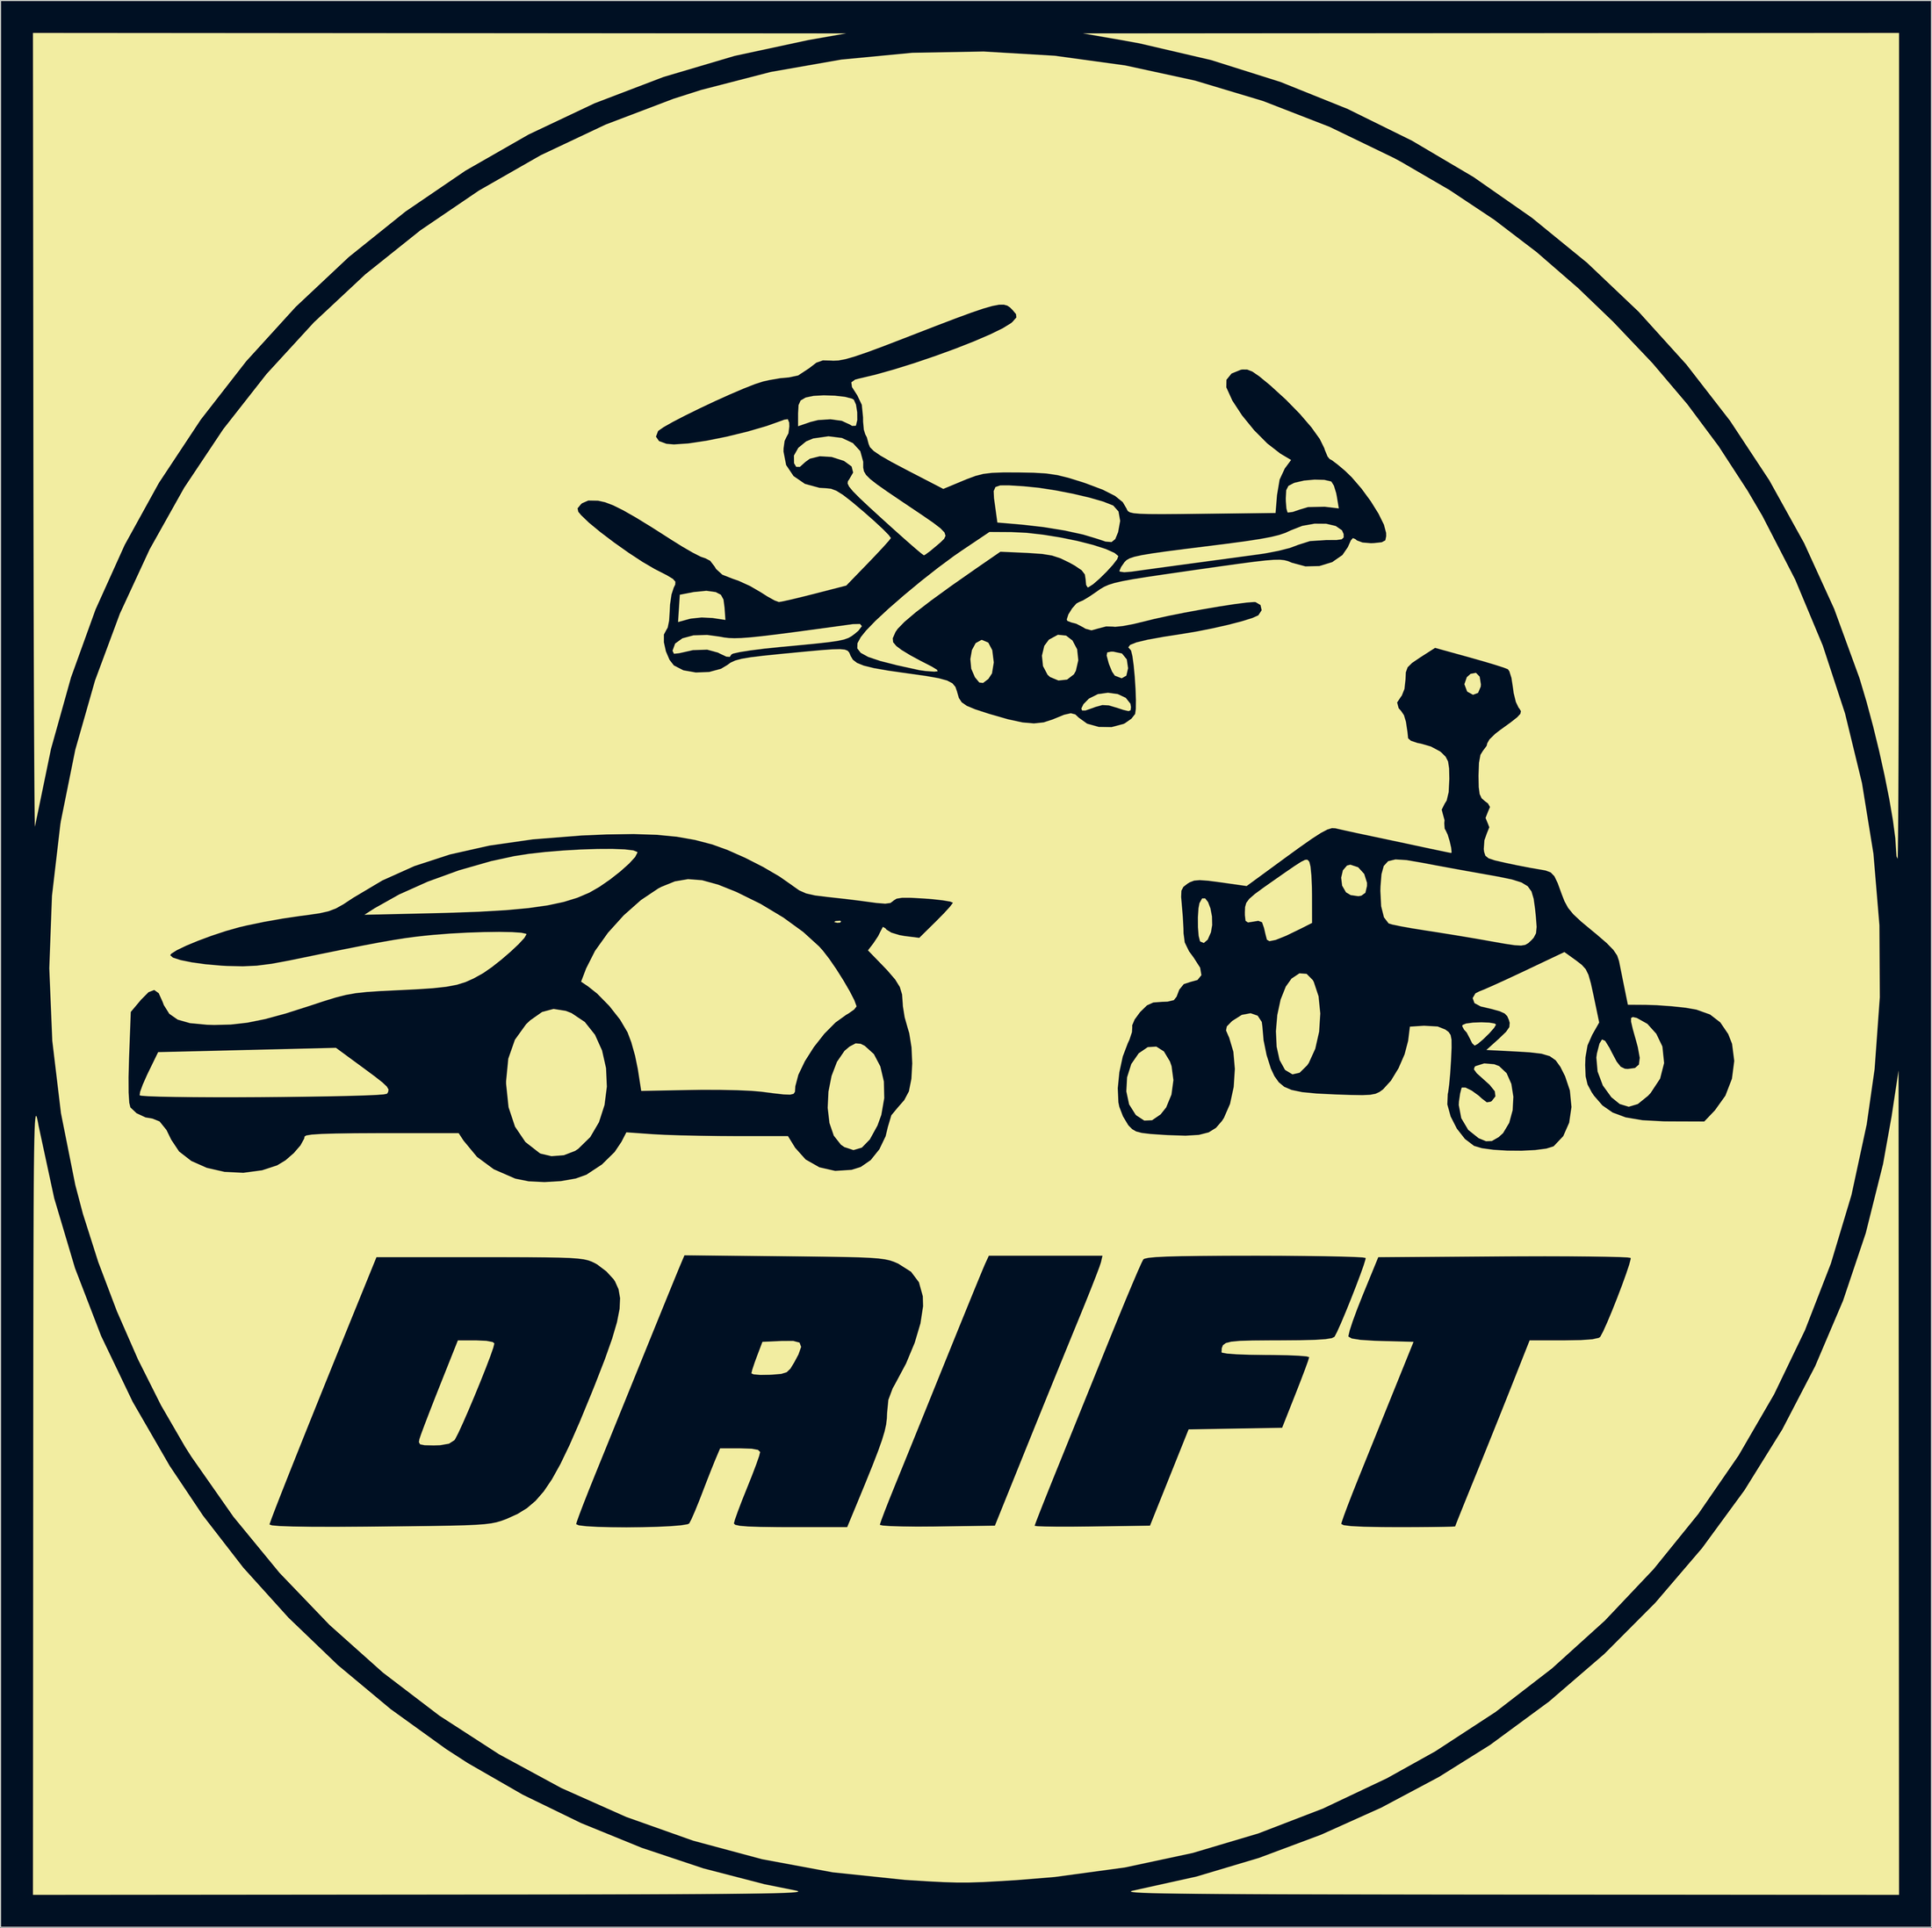
<source format=kicad_pcb>
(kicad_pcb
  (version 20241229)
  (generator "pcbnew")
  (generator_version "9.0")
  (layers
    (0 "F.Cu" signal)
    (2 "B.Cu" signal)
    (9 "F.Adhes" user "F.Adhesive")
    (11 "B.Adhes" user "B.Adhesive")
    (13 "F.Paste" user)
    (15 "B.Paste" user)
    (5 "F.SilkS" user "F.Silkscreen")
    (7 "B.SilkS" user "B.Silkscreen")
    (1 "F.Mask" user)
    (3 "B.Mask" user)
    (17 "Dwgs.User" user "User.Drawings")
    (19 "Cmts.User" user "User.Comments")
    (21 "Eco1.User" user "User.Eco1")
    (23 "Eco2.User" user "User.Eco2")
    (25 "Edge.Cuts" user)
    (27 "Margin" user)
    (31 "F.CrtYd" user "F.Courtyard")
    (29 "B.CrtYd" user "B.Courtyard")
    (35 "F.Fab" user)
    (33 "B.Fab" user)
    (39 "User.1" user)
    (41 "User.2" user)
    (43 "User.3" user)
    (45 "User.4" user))
  (footprint "Logo_Drift"
    (layer "F.Cu")
    (at 86.333 86.198)
    (property "Reference" "Logo_Drift" (at 0 0 0) (layer "F.SilkS") (effects (font (size 1.5 1.5) (thickness 0.3))))
    (attr board_only exclude_from_pos_files exclude_from_bom)
    (fp_poly (pts (xy -11.557 -3.946) (xy -11.638 -3.823) (xy -11.912 -3.804) (xy -12.2 -3.87) (xy -12.075 -3.968) (xy -11.653 -4)) (stroke (width 0) (type solid)) (fill yes) (layer "F.SilkS"))
    (fp_poly (pts (xy 47.528 -26.599) (xy 47.642 -25.888) (xy 47.627 -25.673) (xy 47.381 -25.093) (xy 46.914 -24.916) (xy 46.398 -25.199) (xy 46.362 -25.24) (xy 46.114 -25.897) (xy 46.34 -26.547) (xy 46.687 -26.857) (xy 47.186 -26.951)) (stroke (width 0) (type solid)) (fill yes) (layer "F.SilkS"))
    (fp_poly (pts (xy -23.158 -34.427) (xy -22.679 -34.175) (xy -22.441 -33.738) (xy -22.344 -33.009) (xy -22.26 -31.847) (xy -23.45 -32.026) (xy -24.461 -32.075) (xy -25.457 -31.971) (xy -25.642 -31.927) (xy -26.644 -31.651) (xy -26.562 -32.916) (xy -26.481 -34.182) (xy -25.185 -34.432) (xy -24.026 -34.547)) (stroke (width 0) (type solid)) (fill yes) (layer "F.SilkS"))
    (fp_poly (pts (xy 14.431 -28.741) (xy 14.877 -28.196) (xy 14.997 -27.373) (xy 14.836 -26.687) (xy 14.403 -26.445) (xy 13.771 -26.687) (xy 13.77 -26.688) (xy 13.516 -27.059) (xy 13.242 -27.726) (xy 13.187 -27.899) (xy 13.014 -28.552) (xy 13.066 -28.839) (xy 13.405 -28.911) (xy 13.617 -28.913)) (stroke (width 0) (type solid)) (fill yes) (layer "F.SilkS"))
    (fp_poly (pts (xy 36.287 -8.945) (xy 36.845 -8.331) (xy 37.105 -7.509) (xy 37.103 -7.212) (xy 36.955 -6.585) (xy 36.582 -6.317) (xy 36.31 -6.268) (xy 35.601 -6.365) (xy 35.162 -6.625) (xy 34.801 -7.247) (xy 34.714 -7.985) (xy 34.873 -8.663) (xy 35.251 -9.106) (xy 35.562 -9.187)) (stroke (width 0) (type solid)) (fill yes) (layer "F.SilkS"))
    (fp_poly (pts (xy 9.262 -30.397) (xy 9.852 -29.943) (xy 10.283 -29.13) (xy 10.39 -28.115) (xy 10.164 -27.135) (xy 9.983 -26.811) (xy 9.351 -26.323) (xy 8.551 -26.239) (xy 7.776 -26.562) (xy 7.546 -26.773) (xy 7.124 -27.575) (xy 7.026 -28.539) (xy 7.244 -29.451) (xy 7.67 -30.022) (xy 8.503 -30.474)) (stroke (width 0) (type solid)) (fill yes) (layer "F.SilkS"))
    (fp_poly (pts (xy 2.062 -29.748) (xy 2.431 -29.045) (xy 2.567 -27.938) (xy 2.567 -27.892) (xy 2.406 -26.9) (xy 2.073 -26.388) (xy 1.578 -26.011) (xy 1.231 -26.053) (xy 0.827 -26.54) (xy 0.826 -26.541) (xy 0.485 -27.329) (xy 0.402 -28.219) (xy 0.548 -29.06) (xy 0.895 -29.701) (xy 1.413 -29.99) (xy 1.486 -29.994)) (stroke (width 0) (type solid)) (fill yes) (layer "F.SilkS"))
    (fp_poly (pts (xy 22.396 -5.726) (xy 22.62 -5.135) (xy 22.76 -4.392) (xy 22.778 -3.592) (xy 22.665 -2.925) (xy 22.364 -2.244) (xy 22.004 -1.935) (xy 21.676 -2.07) (xy 21.648 -2.112) (xy 21.527 -2.586) (xy 21.461 -3.391) (xy 21.455 -4.318) (xy 21.512 -5.16) (xy 21.6 -5.622) (xy 21.848 -6.065) (xy 22.126 -6.068)) (stroke (width 0) (type solid)) (fill yes) (layer "F.SilkS"))
    (fp_poly (pts (xy 48.418 5.437) (xy 48.923 5.524) (xy 49.044 5.621) (xy 48.861 5.93) (xy 48.417 6.431) (xy 47.865 6.971) (xy 47.361 7.4) (xy 47.065 7.566) (xy 46.833 7.344) (xy 46.622 6.917) (xy 46.326 6.352) (xy 46.084 6.087) (xy 45.911 5.764) (xy 45.948 5.656) (xy 46.268 5.52) (xy 46.908 5.437) (xy 47.685 5.409)) (stroke (width 0) (type solid)) (fill yes) (layer "F.SilkS"))
    (fp_poly (pts (xy -15.402 35.066) (xy -15.255 35.459) (xy -15.501 36.161) (xy -15.887 36.884) (xy -16.247 37.477) (xy -16.593 37.808) (xy -17.096 37.964) (xy -17.927 38.033) (xy -18.179 38.045) (xy -19.051 38.056) (xy -19.659 38.003) (xy -19.86 37.91) (xy -19.771 37.554) (xy -19.542 36.872) (xy -19.348 36.344) (xy -18.836 34.993) (xy -17.052 34.913) (xy -15.986 34.909)) (stroke (width 0) (type solid)) (fill yes) (layer "F.SilkS"))
    (fp_poly (pts (xy 18.312 8.105) (xy 18.869 9.032) (xy 19.021 9.469) (xy 19.192 10.762) (xy 19.011 12.1) (xy 18.522 13.287) (xy 18.008 13.934) (xy 17.214 14.478) (xy 16.496 14.509) (xy 15.762 14.028) (xy 15.691 13.959) (xy 15.093 13.009) (xy 14.834 11.804) (xy 14.903 10.504) (xy 15.294 9.269) (xy 15.98 8.278) (xy 16.815 7.707) (xy 17.609 7.656)) (stroke (width 0) (type solid)) (fill yes) (layer "F.SilkS"))
    (fp_poly (pts (xy 14.043 -24.982) (xy 14.783 -24.635) (xy 15.212 -24.093) (xy 15.267 -23.78) (xy 15.232 -23.487) (xy 15.039 -23.403) (xy 14.556 -23.518) (xy 14.03 -23.693) (xy 13.211 -23.935) (xy 12.614 -23.966) (xy 11.962 -23.786) (xy 11.733 -23.698) (xy 11.054 -23.463) (xy 10.741 -23.461) (xy 10.673 -23.646) (xy 10.87 -24.05) (xy 11.346 -24.538) (xy 11.385 -24.57) (xy 12.202 -24.979) (xy 13.135 -25.107)) (stroke (width 0) (type solid)) (fill yes) (layer "F.SilkS"))
    (fp_poly (pts (xy 31.515 0.92) (xy 32.083 1.495) (xy 32.178 1.665) (xy 32.62 2.995) (xy 32.781 4.59) (xy 32.676 6.271) (xy 32.317 7.858) (xy 31.72 9.169) (xy 31.567 9.39) (xy 30.871 10.077) (xy 30.205 10.227) (xy 29.559 9.842) (xy 29.497 9.776) (xy 29.014 8.898) (xy 28.743 7.669) (xy 28.676 6.234) (xy 28.802 4.733) (xy 29.109 3.308) (xy 29.589 2.103) (xy 30.118 1.362) (xy 30.85 0.874)) (stroke (width 0) (type solid)) (fill yes) (layer "F.SilkS"))
    (fp_poly (pts (xy -9.749 7.397) (xy -9.372 7.585) (xy -8.523 8.353) (xy -7.926 9.493) (xy -7.6 10.888) (xy -7.563 12.423) (xy -7.835 13.982) (xy -8.191 14.966) (xy -8.899 16.253) (xy -9.635 17.009) (xy -10.417 17.241) (xy -11.26 16.96) (xy -11.576 16.739) (xy -12.233 15.905) (xy -12.637 14.725) (xy -12.798 13.326) (xy -12.729 11.834) (xy -12.439 10.373) (xy -11.941 9.071) (xy -11.245 8.053) (xy -10.774 7.654) (xy -10.212 7.358)) (stroke (width 0) (type solid)) (fill yes) (layer "F.SilkS"))
    (fp_poly (pts (xy 33.154 -44.816) (xy 33.766 -44.675) (xy 33.811 -44.649) (xy 34.042 -44.277) (xy 34.253 -43.585) (xy 34.306 -43.312) (xy 34.496 -42.173) (xy 33.187 -42.329) (xy 31.652 -42.297) (xy 30.89 -42.071) (xy 30.229 -41.846) (xy 29.799 -41.792) (xy 29.745 -41.816) (xy 29.648 -42.161) (xy 29.593 -42.837) (xy 29.588 -43.118) (xy 29.63 -43.861) (xy 29.833 -44.261) (xy 30.312 -44.513) (xy 30.439 -44.559) (xy 31.279 -44.752) (xy 32.255 -44.84)) (stroke (width 0) (type solid)) (fill yes) (layer "F.SilkS"))
    (fp_poly (pts (xy -12.136 -52.612) (xy -11.203 -52.506) (xy -10.544 -52.336) (xy -10.378 -52.234) (xy -10.179 -51.785) (xy -10.067 -51.076) (xy -10.06 -50.354) (xy -10.176 -49.866) (xy -10.208 -49.824) (xy -10.537 -49.812) (xy -10.748 -49.939) (xy -11.498 -50.284) (xy -12.547 -50.427) (xy -13.685 -50.354) (xy -14.389 -50.179) (xy -15.537 -49.782) (xy -15.537 -50.973) (xy -15.494 -51.744) (xy -15.303 -52.164) (xy -14.869 -52.422) (xy -14.794 -52.451) (xy -14.11 -52.593) (xy -13.164 -52.644)) (stroke (width 0) (type solid)) (fill yes) (layer "F.SilkS"))
    (fp_poly (pts (xy -44.389 34.9) (xy -43.794 35.013) (xy -43.639 35.14) (xy -43.742 35.547) (xy -44.02 36.343) (xy -44.432 37.424) (xy -44.932 38.682) (xy -45.479 40.015) (xy -46.028 41.316) (xy -46.536 42.481) (xy -46.96 43.405) (xy -47.257 43.982) (xy -47.339 44.102) (xy -47.837 44.423) (xy -48.66 44.568) (xy -49.252 44.585) (xy -50.094 44.568) (xy -50.512 44.484) (xy -50.625 44.28) (xy -50.576 44.006) (xy -50.429 43.569) (xy -50.117 42.727) (xy -49.676 41.577) (xy -49.145 40.215) (xy -48.721 39.143) (xy -47.017 34.861) (xy -45.328 34.859)) (stroke (width 0) (type solid)) (fill yes) (layer "F.SilkS"))
    (fp_poly (pts (xy -37.029 4.35) (xy -36.497 4.558) (xy -35.272 5.377) (xy -34.33 6.563) (xy -33.674 8.019) (xy -33.307 9.652) (xy -33.23 11.366) (xy -33.447 13.065) (xy -33.959 14.654) (xy -34.77 16.038) (xy -35.881 17.123) (xy -36.172 17.316) (xy -37.21 17.715) (xy -38.355 17.804) (xy -39.358 17.567) (xy -39.451 17.519) (xy -40.767 16.493) (xy -41.729 15.069) (xy -42.328 13.269) (xy -42.554 11.112) (xy -42.556 10.866) (xy -42.352 8.776) (xy -41.739 7.025) (xy -40.707 5.589) (xy -40.325 5.226) (xy -39.225 4.453) (xy -38.17 4.169)) (stroke (width 0) (type solid)) (fill yes) (layer "F.SilkS"))
    (fp_poly (pts (xy 5.232 -44.23) (xy 5.337 -44.224) (xy 6.729 -44.084) (xy 8.303 -43.841) (xy 9.917 -43.526) (xy 11.429 -43.171) (xy 12.698 -42.804) (xy 13.581 -42.457) (xy 13.629 -42.433) (xy 14.112 -41.888) (xy 14.265 -41.019) (xy 14.075 -39.976) (xy 13.809 -39.334) (xy 13.469 -39.058) (xy 12.911 -39.102) (xy 12.16 -39.354) (xy 10.832 -39.754) (xy 9.122 -40.127) (xy 7.189 -40.442) (xy 5.191 -40.67) (xy 5.099 -40.678) (xy 2.902 -40.866) (xy 2.734 -42.088) (xy 2.593 -43.113) (xy 2.561 -43.778) (xy 2.724 -44.153) (xy 3.167 -44.306) (xy 3.975 -44.309)) (stroke (width 0) (type solid)) (fill yes) (layer "F.SilkS"))
    (fp_poly (pts (xy -55.834 9.582) (xy -54.729 10.4) (xy -54.002 10.97) (xy -53.59 11.358) (xy -53.433 11.632) (xy -53.468 11.858) (xy -53.574 12.024) (xy -53.877 12.084) (xy -54.651 12.138) (xy -55.827 12.187) (xy -57.337 12.23) (xy -59.111 12.268) (xy -61.081 12.298) (xy -63.179 12.322) (xy -65.335 12.338) (xy -67.481 12.346) (xy -69.548 12.346) (xy -71.469 12.338) (xy -73.173 12.32) (xy -74.592 12.293) (xy -75.658 12.255) (xy -76.302 12.208) (xy -76.466 12.167) (xy -76.417 11.841) (xy -76.17 11.167) (xy -75.776 10.277) (xy -75.673 10.063) (xy -74.751 8.169) (xy -66.526 7.97) (xy -58.3 7.771)) (stroke (width 0) (type solid)) (fill yes) (layer "F.SilkS"))
    (fp_poly (pts (xy -31.578 -10.603) (xy -30.781 -10.509) (xy -30.414 -10.361) (xy -30.399 -10.318) (xy -30.61 -9.902) (xy -31.174 -9.287) (xy -31.984 -8.562) (xy -32.935 -7.815) (xy -33.922 -7.133) (xy -34.837 -6.606) (xy -34.857 -6.596) (xy -35.957 -6.127) (xy -37.218 -5.738) (xy -38.701 -5.421) (xy -40.464 -5.169) (xy -42.569 -4.974) (xy -45.073 -4.828) (xy -48.036 -4.723) (xy -49.179 -4.694) (xy -55.664 -4.548) (xy -54.718 -5.155) (xy -52.453 -6.428) (xy -49.8 -7.617) (xy -46.913 -8.665) (xy -43.944 -9.515) (xy -41.792 -9.981) (xy -40.451 -10.19) (xy -38.924 -10.362) (xy -37.299 -10.497) (xy -35.664 -10.591) (xy -34.107 -10.642) (xy -32.716 -10.647)) (stroke (width 0) (type solid)) (fill yes) (layer "F.SilkS"))
    (fp_poly (pts (xy 31.692 -9.553) (xy 31.776 -9.425) (xy 31.878 -9.005) (xy 31.959 -8.185) (xy 32.007 -7.101) (xy 32.016 -6.423) (xy 32.02 -3.794) (xy 31.007 -3.279) (xy 29.622 -2.607) (xy 28.655 -2.219) (xy 28.073 -2.103) (xy 27.843 -2.238) (xy 27.713 -2.734) (xy 27.574 -3.329) (xy 27.393 -3.853) (xy 27.049 -3.987) (xy 26.606 -3.916) (xy 26.091 -3.836) (xy 25.864 -3.989) (xy 25.807 -4.506) (xy 25.805 -4.8) (xy 25.825 -5.272) (xy 25.934 -5.651) (xy 26.209 -6.023) (xy 26.728 -6.474) (xy 27.566 -7.089) (xy 28.305 -7.609) (xy 29.554 -8.483) (xy 30.432 -9.085) (xy 31.012 -9.456) (xy 31.367 -9.632) (xy 31.569 -9.651)) (stroke (width 0) (type solid)) (fill yes) (layer "F.SilkS"))
    (fp_poly (pts (xy 48.871 9.289) (xy 49.329 9.465) (xy 50.022 10.119) (xy 50.46 11.111) (xy 50.646 12.301) (xy 50.58 13.549) (xy 50.262 14.718) (xy 49.694 15.668) (xy 49.282 16.042) (xy 48.656 16.401) (xy 48.119 16.423) (xy 47.43 16.137) (xy 46.471 15.371) (xy 45.827 14.287) (xy 45.593 13.064) (xy 45.61 12.754) (xy 45.719 12.01) (xy 45.841 11.524) (xy 45.881 11.449) (xy 46.219 11.451) (xy 46.793 11.732) (xy 47.442 12.203) (xy 47.731 12.468) (xy 48.194 12.819) (xy 48.563 12.755) (xy 48.656 12.685) (xy 48.987 12.262) (xy 48.928 11.792) (xy 48.448 11.194) (xy 47.895 10.697) (xy 47.254 10.12) (xy 46.997 9.762) (xy 47.067 9.529) (xy 47.152 9.463) (xy 47.943 9.214)) (stroke (width 0) (type solid)) (fill yes) (layer "F.SilkS"))
    (fp_poly (pts (xy -48.706 -86.177) (xy -11.079 -86.156) (xy -14.591 -85.538) (xy -21.403 -84.073) (xy -27.999 -82.118) (xy -34.362 -79.687) (xy -40.474 -76.792) (xy -46.315 -73.445) (xy -51.866 -69.66) (xy -57.11 -65.449) (xy -62.028 -60.826) (xy -66.6 -55.801) (xy -70.809 -50.39) (xy -74.635 -44.604) (xy -74.728 -44.45) (xy -77.846 -38.792) (xy -80.54 -32.821) (xy -82.811 -26.529) (xy -84.664 -19.905) (xy -86.103 -12.941) (xy -86.144 -12.7) (xy -86.158 -12.883) (xy -86.172 -13.577) (xy -86.186 -14.751) (xy -86.2 -16.375) (xy -86.213 -18.419) (xy -86.226 -20.853) (xy -86.239 -23.646) (xy -86.25 -26.768) (xy -86.261 -30.191) (xy -86.271 -33.882) (xy -86.279 -37.812) (xy -86.287 -41.951) (xy -86.293 -46.27) (xy -86.296 -49.111) (xy -86.333 -86.198)) (stroke (width 0) (type solid)) (fill yes) (layer "F.SilkS"))
    (fp_poly (pts (xy 62.013 4.99) (xy 62.081 5.011) (xy 63.045 5.552) (xy 63.872 6.472) (xy 64.419 7.609) (xy 64.44 7.679) (xy 64.595 9.179) (xy 64.225 10.623) (xy 63.344 11.959) (xy 63.101 12.217) (xy 62.162 12.976) (xy 61.319 13.228) (xy 60.49 12.976) (xy 59.714 12.346) (xy 58.924 11.256) (xy 58.439 9.962) (xy 58.325 8.671) (xy 58.38 8.286) (xy 58.613 7.38) (xy 58.849 6.995) (xy 59.14 7.128) (xy 59.541 7.775) (xy 59.748 8.185) (xy 60.208 9.05) (xy 60.579 9.521) (xy 60.966 9.707) (xy 61.226 9.728) (xy 61.899 9.638) (xy 62.263 9.32) (xy 62.341 8.696) (xy 62.157 7.691) (xy 62.008 7.141) (xy 61.697 6.032) (xy 61.538 5.352) (xy 61.536 5.012) (xy 61.693 4.921)) (stroke (width 0) (type solid)) (fill yes) (layer "F.SilkS"))
    (fp_poly (pts (xy 86.31 48.03) (xy 86.333 86.198) (xy 49.922 86.174) (xy 44.734 86.17) (xy 40.062 86.165) (xy 35.882 86.159) (xy 32.169 86.152) (xy 28.9 86.144) (xy 26.05 86.133) (xy 23.595 86.12) (xy 21.51 86.105) (xy 19.772 86.087) (xy 18.356 86.066) (xy 17.238 86.042) (xy 16.393 86.013) (xy 15.797 85.981) (xy 15.427 85.945) (xy 15.257 85.905) (xy 15.264 85.859) (xy 15.423 85.808) (xy 15.632 85.766) (xy 21.331 84.503) (xy 27.105 82.778) (xy 32.843 80.634) (xy 38.436 78.118) (xy 43.773 75.273) (xy 48.503 72.311) (xy 53.958 68.294) (xy 59.056 63.899) (xy 63.78 59.156) (xy 68.111 54.091) (xy 72.032 48.733) (xy 75.525 43.11) (xy 78.571 37.249) (xy 81.153 31.18) (xy 83.253 24.93) (xy 84.854 18.527) (xy 85.643 14.127) (xy 86.288 9.863)) (stroke (width 0) (type solid)) (fill yes) (layer "F.SilkS"))
    (fp_poly (pts (xy -9.634 -31.271) (xy -9.957 -30.848) (xy -10.295 -30.561) (xy -10.585 -30.346) (xy -10.888 -30.175) (xy -11.279 -30.036) (xy -11.835 -29.914) (xy -12.63 -29.797) (xy -13.739 -29.671) (xy -15.237 -29.523) (xy -17.156 -29.343) (xy -18.645 -29.19) (xy -19.935 -29.027) (xy -20.933 -28.87) (xy -21.549 -28.731) (xy -21.704 -28.651) (xy -21.858 -28.425) (xy -22.178 -28.449) (xy -22.797 -28.741) (xy -22.942 -28.819) (xy -23.947 -29.095) (xy -25.268 -29.051) (xy -26.548 -28.763) (xy -27.025 -28.716) (xy -27.156 -28.997) (xy -26.912 -29.663) (xy -26.239 -30.146) (xy -25.223 -30.42) (xy -23.953 -30.459) (xy -22.821 -30.305) (xy -22.391 -30.226) (xy -21.947 -30.173) (xy -21.432 -30.154) (xy -20.789 -30.172) (xy -19.962 -30.234) (xy -18.896 -30.344) (xy -17.532 -30.507) (xy -15.815 -30.73) (xy -13.688 -31.017) (xy -11.095 -31.373) (xy -10.471 -31.459) (xy -9.806 -31.475)) (stroke (width 0) (type solid)) (fill yes) (layer "F.SilkS"))
    (fp_poly (pts (xy 40.775 -9.609) (xy 42.251 -9.355) (xy 42.327 -9.341) (xy 43.429 -9.131) (xy 44.859 -8.867) (xy 46.411 -8.585) (xy 47.557 -8.381) (xy 49.267 -8.076) (xy 50.522 -7.815) (xy 51.399 -7.539) (xy 51.974 -7.189) (xy 52.324 -6.705) (xy 52.525 -6.028) (xy 52.653 -5.099) (xy 52.73 -4.365) (xy 52.8 -3.426) (xy 52.743 -2.838) (xy 52.525 -2.421) (xy 52.321 -2.197) (xy 52.035 -1.928) (xy 51.748 -1.761) (xy 51.359 -1.696) (xy 50.764 -1.73) (xy 49.863 -1.863) (xy 48.553 -2.094) (xy 48.233 -2.152) (xy 46.831 -2.397) (xy 45.151 -2.676) (xy 43.451 -2.949) (xy 42.533 -3.09) (xy 41.273 -3.292) (xy 40.202 -3.485) (xy 39.438 -3.645) (xy 39.104 -3.747) (xy 38.672 -4.313) (xy 38.414 -5.337) (xy 38.341 -6.759) (xy 38.354 -7.176) (xy 38.444 -8.302) (xy 38.652 -9.064) (xy 39.056 -9.507) (xy 39.737 -9.674)) (stroke (width 0) (type solid)) (fill yes) (layer "F.SilkS"))
    (fp_poly (pts (xy 86.333 -47.963) (xy 86.332 -43.463) (xy 86.329 -39.114) (xy 86.325 -34.946) (xy 86.319 -30.99) (xy 86.311 -27.275) (xy 86.302 -23.832) (xy 86.292 -20.692) (xy 86.281 -17.884) (xy 86.269 -15.44) (xy 86.255 -13.39) (xy 86.241 -11.764) (xy 86.226 -10.593) (xy 86.211 -9.907) (xy 86.198 -9.728) (xy 86.097 -9.96) (xy 86.063 -10.415) (xy 85.986 -11.641) (xy 85.769 -13.284) (xy 85.433 -15.244) (xy 85 -17.423) (xy 84.49 -19.721) (xy 83.924 -22.038) (xy 83.323 -24.277) (xy 82.709 -26.337) (xy 82.65 -26.521) (xy 80.335 -32.863) (xy 77.556 -38.951) (xy 74.334 -44.767) (xy 70.692 -50.291) (xy 66.652 -55.503) (xy 62.236 -60.386) (xy 57.467 -64.918) (xy 52.367 -69.081) (xy 46.959 -72.856) (xy 41.264 -76.223) (xy 35.305 -79.163) (xy 29.105 -81.657) (xy 22.685 -83.685) (xy 16.068 -85.228) (xy 14.456 -85.523) (xy 10.809 -86.157) (xy 48.571 -86.177) (xy 86.333 -86.198)) (stroke (width 0) (type solid)) (fill yes) (layer "F.SilkS"))
    (fp_poly (pts (xy 33.324 -40.754) (xy 34.212 -40.545) (xy 34.791 -40.143) (xy 34.941 -39.798) (xy 34.946 -39.485) (xy 34.767 -39.314) (xy 34.289 -39.247) (xy 33.394 -39.244) (xy 33.32 -39.245) (xy 31.819 -39.146) (xy 30.698 -38.789) (xy 30.669 -38.774) (xy 29.977 -38.516) (xy 28.928 -38.248) (xy 27.704 -38.012) (xy 27.156 -37.929) (xy 25.909 -37.76) (xy 24.315 -37.544) (xy 22.564 -37.308) (xy 20.844 -37.076) (xy 20.536 -37.034) (xy 19.012 -36.828) (xy 17.583 -36.632) (xy 16.38 -36.466) (xy 15.534 -36.347) (xy 15.335 -36.318) (xy 14.64 -36.262) (xy 14.235 -36.323) (xy 14.192 -36.38) (xy 14.35 -36.746) (xy 14.665 -37.201) (xy 14.854 -37.388) (xy 15.139 -37.549) (xy 15.587 -37.698) (xy 16.261 -37.847) (xy 17.227 -38.009) (xy 18.55 -38.197) (xy 20.296 -38.422) (xy 21.958 -38.629) (xy 24.145 -38.904) (xy 25.867 -39.136) (xy 27.196 -39.34) (xy 28.204 -39.527) (xy 28.963 -39.712) (xy 29.545 -39.908) (xy 30.023 -40.128) (xy 30.037 -40.136) (xy 31.113 -40.558) (xy 32.25 -40.761)) (stroke (width 0) (type solid)) (fill yes) (layer "F.SilkS"))
    (fp_poly (pts (xy -11.474 -48.695) (xy -10.465 -48.221) (xy -9.782 -47.475) (xy -9.512 -46.497) (xy -9.512 -46.352) (xy -9.512 -45.948) (xy -9.444 -45.608) (xy -9.249 -45.275) (xy -8.865 -44.89) (xy -8.231 -44.394) (xy -7.287 -43.73) (xy -5.972 -42.839) (xy -5.539 -42.548) (xy -4.094 -41.577) (xy -3.049 -40.857) (xy -2.363 -40.332) (xy -1.992 -39.946) (xy -1.893 -39.64) (xy -2.024 -39.359) (xy -2.342 -39.046) (xy -2.68 -38.755) (xy -3.306 -38.232) (xy -3.761 -37.897) (xy -3.896 -37.83) (xy -4.136 -38.004) (xy -4.709 -38.485) (xy -5.546 -39.217) (xy -6.582 -40.14) (xy -7.648 -41.104) (xy -8.927 -42.274) (xy -9.849 -43.141) (xy -10.463 -43.761) (xy -10.816 -44.19) (xy -10.954 -44.483) (xy -10.926 -44.696) (xy -10.823 -44.84) (xy -10.442 -45.494) (xy -10.585 -46.057) (xy -11.26 -46.551) (xy -11.322 -46.581) (xy -12.436 -46.938) (xy -13.534 -47.002) (xy -14.447 -46.776) (xy -14.862 -46.477) (xy -15.374 -46.017) (xy -15.711 -46.022) (xy -15.912 -46.359) (xy -15.922 -47.068) (xy -15.515 -47.786) (xy -14.794 -48.378) (xy -14.136 -48.652) (xy -12.726 -48.852)) (stroke (width 0) (type solid)) (fill yes) (layer "F.SilkS"))
    (fp_poly (pts (xy -24.427 -7.748) (xy -22.93 -7.336) (xy -21.253 -6.664) (xy -19.011 -5.559) (xy -16.909 -4.296) (xy -15.064 -2.956) (xy -13.595 -1.619) (xy -13.25 -1.236) (xy -12.653 -0.464) (xy -11.989 0.504) (xy -11.332 1.547) (xy -10.755 2.541) (xy -10.333 3.363) (xy -10.138 3.892) (xy -10.133 3.947) (xy -10.349 4.223) (xy -10.888 4.601) (xy -11.088 4.715) (xy -12.082 5.43) (xy -13.109 6.468) (xy -14.08 7.704) (xy -14.909 9.011) (xy -15.51 10.264) (xy -15.795 11.337) (xy -15.807 11.552) (xy -15.829 11.849) (xy -15.956 12.032) (xy -16.278 12.108) (xy -16.885 12.086) (xy -17.869 11.975) (xy -18.915 11.837) (xy -19.842 11.756) (xy -21.168 11.697) (xy -22.749 11.664) (xy -24.444 11.66) (xy -25.429 11.673) (xy -30.052 11.762) (xy -30.365 9.746) (xy -30.618 8.508) (xy -30.97 7.257) (xy -31.317 6.335) (xy -32.017 5.149) (xy -33.011 3.887) (xy -34.128 2.751) (xy -34.967 2.085) (xy -35.616 1.647) (xy -35.146 0.417) (xy -34.327 -1.202) (xy -33.127 -2.884) (xy -31.67 -4.497) (xy -30.08 -5.908) (xy -28.479 -6.982) (xy -28.179 -7.139) (xy -26.934 -7.642) (xy -25.722 -7.848)) (stroke (width 0) (type solid)) (fill yes) (layer "F.SilkS"))
    (fp_poly (pts (xy -85.986 14.156) (xy -85.931 14.366) (xy -85.869 14.673) (xy -85.811 14.997) (xy -84.367 21.7) (xy -82.442 28.176) (xy -80.027 34.448) (xy -77.111 40.54) (xy -73.685 46.474) (xy -70.597 51.088) (xy -66.873 55.901) (xy -62.692 60.534) (xy -58.123 64.923) (xy -53.236 69.001) (xy -48.101 72.702) (xy -46.095 74) (xy -41.016 76.923) (xy -35.614 79.553) (xy -30.005 81.842) (xy -24.308 83.745) (xy -18.64 85.216) (xy -15.894 85.768) (xy -15.636 85.822) (xy -15.514 85.871) (xy -15.55 85.916) (xy -15.771 85.955) (xy -16.199 85.99) (xy -16.86 86.021) (xy -17.777 86.048) (xy -18.975 86.072) (xy -20.478 86.092) (xy -22.311 86.109) (xy -24.497 86.124) (xy -27.06 86.136) (xy -30.026 86.146) (xy -33.419 86.154) (xy -37.262 86.161) (xy -41.58 86.167) (xy -46.397 86.171) (xy -50.057 86.174) (xy -86.333 86.198) (xy -86.311 49.246) (xy -86.308 44.042) (xy -86.304 39.354) (xy -86.3 35.157) (xy -86.295 31.426) (xy -86.289 28.138) (xy -86.281 25.266) (xy -86.272 22.787) (xy -86.26 20.675) (xy -86.245 18.907) (xy -86.227 17.457) (xy -86.206 16.301) (xy -86.181 15.415) (xy -86.152 14.772) (xy -86.118 14.35) (xy -86.079 14.123) (xy -86.036 14.066)) (stroke (width 0) (type solid)) (fill yes) (layer "F.SilkS"))
    (fp_poly (pts (xy 4.192 -39.982) (xy 5.585 -39.915) (xy 7.14 -39.739) (xy 8.754 -39.479) (xy 10.323 -39.157) (xy 11.747 -38.795) (xy 12.923 -38.418) (xy 13.748 -38.047) (xy 14.094 -37.76) (xy 13.989 -37.473) (xy 13.589 -36.951) (xy 13.009 -36.314) (xy 12.363 -35.677) (xy 11.768 -35.16) (xy 11.338 -34.878) (xy 11.252 -34.857) (xy 11.114 -35.091) (xy 11.068 -35.597) (xy 10.999 -36.056) (xy 10.704 -36.443) (xy 10.075 -36.87) (xy 9.593 -37.139) (xy 8.754 -37.549) (xy 7.966 -37.808) (xy 7.038 -37.958) (xy 5.777 -38.045) (xy 5.642 -38.052) (xy 3.178 -38.161) (xy 0.913 -36.598) (xy -1.391 -34.984) (xy -3.25 -33.633) (xy -4.68 -32.532) (xy -5.7 -31.665) (xy -6.327 -31.019) (xy -6.522 -30.733) (xy -6.779 -30.15) (xy -6.743 -29.782) (xy -6.443 -29.427) (xy -5.963 -29.067) (xy -5.157 -28.576) (xy -4.188 -28.052) (xy -4.053 -27.984) (xy -3.145 -27.517) (xy -2.683 -27.233) (xy -2.62 -27.094) (xy -2.91 -27.06) (xy -2.972 -27.061) (xy -3.76 -27.117) (xy -4.323 -27.198) (xy -6.379 -27.65) (xy -7.941 -28.048) (xy -9.048 -28.421) (xy -9.741 -28.8) (xy -10.06 -29.212) (xy -10.044 -29.689) (xy -9.733 -30.259) (xy -9.251 -30.858) (xy -8.372 -31.768) (xy -7.159 -32.896) (xy -5.719 -34.15) (xy -4.162 -35.44) (xy -2.595 -36.673) (xy -1.129 -37.76) (xy -0.416 -38.254) (xy 2.168 -39.991)) (stroke (width 0) (type solid)) (fill yes) (layer "F.SilkS"))
    (fp_poly (pts (xy 8.211 -84.087) (xy 14.736 -83.19) (xy 21.171 -81.792) (xy 27.482 -79.896) (xy 33.632 -77.506) (xy 39.587 -74.625) (xy 40.262 -74.26) (xy 44.734 -71.657) (xy 48.87 -68.905) (xy 52.798 -65.906) (xy 56.646 -62.565) (xy 59.866 -59.468) (xy 63.514 -55.628) (xy 66.742 -51.822) (xy 69.644 -47.926) (xy 72.316 -43.815) (xy 73.688 -41.478) (xy 76.725 -35.582) (xy 79.277 -29.471) (xy 81.338 -23.18) (xy 82.903 -16.744) (xy 83.964 -10.198) (xy 84.517 -3.577) (xy 84.554 3.084) (xy 84.071 9.75) (xy 83.34 14.862) (xy 81.932 21.393) (xy 80.023 27.75) (xy 77.632 33.909) (xy 74.778 39.842) (xy 71.48 45.525) (xy 67.757 50.93) (xy 63.627 56.034) (xy 59.109 60.81) (xy 54.223 65.231) (xy 48.987 69.273) (xy 43.421 72.909) (xy 38.949 75.402) (xy 33.024 78.21) (xy 27.048 80.512) (xy 20.962 82.324) (xy 14.703 83.663) (xy 8.21 84.546) (xy 4.729 84.831) (xy 2.934 84.942) (xy 1.509 85.018) (xy 0.306 85.057) (xy -0.818 85.059) (xy -2.011 85.025) (xy -3.417 84.953) (xy -5.182 84.843) (xy -5.674 84.811) (xy -12.337 84.112) (xy -18.87 82.898) (xy -25.247 81.183) (xy -31.445 78.983) (xy -37.44 76.31) (xy -43.207 73.181) (xy -48.723 69.609) (xy -53.963 65.609) (xy -58.902 61.197) (xy -63.518 56.385) (xy -67.193 51.91) (xy -64.446 51.91) (xy -64.207 51.99) (xy -63.485 52.051) (xy -62.268 52.093) (xy -60.546 52.116) (xy -58.309 52.12) (xy -55.546 52.106) (xy -54.245 52.095) (xy -51.624 52.069) (xy -49.483 52.044) (xy -47.765 52.016) (xy -46.411 51.982) (xy -45.361 51.936) (xy -44.558 51.877) (xy -36.073 51.877) (xy -35.82 51.986) (xy -35.127 52.068) (xy -34.095 52.126) (xy -32.823 52.159) (xy -31.411 52.169) (xy -29.96 52.156) (xy -28.57 52.12) (xy -27.341 52.062) (xy -26.372 51.983) (xy -25.765 51.884) (xy -25.614 51.813) (xy -25.407 51.42) (xy -25.072 50.656) (xy -24.667 49.657) (xy -24.482 49.179) (xy -24.032 48.009) (xy -23.6 46.906) (xy -23.258 46.058) (xy -23.18 45.869) (xy -22.751 44.855) (xy -20.9 44.855) (xy -19.841 44.888) (xy -19.248 44.996) (xy -19.051 45.192) (xy -19.05 45.21) (xy -19.148 45.589) (xy -19.414 46.352) (xy -19.808 47.388) (xy -20.261 48.52) (xy -20.737 49.708) (xy -21.125 50.729) (xy -21.386 51.47) (xy -21.477 51.813) (xy -21.351 51.936) (xy -20.933 52.027) (xy -20.169 52.091) (xy -19.004 52.13) (xy -17.385 52.148) (xy -16.238 52.151) (xy -10.994 52.151) (xy -10.906 51.938) (xy -7.971 51.938) (xy -7.715 52.003) (xy -6.999 52.054) (xy -5.907 52.087) (xy -4.518 52.101) (xy -2.915 52.093) (xy -2.649 52.089) (xy 1.818 52.028) (xy 6.35 52.028) (xy 6.607 52.065) (xy 7.322 52.092) (xy 8.415 52.106) (xy 9.805 52.106) (xy 11.409 52.093) (xy 11.687 52.089) (xy 17.023 52.016) (xy 17.088 51.856) (xy 34.722 51.856) (xy 34.948 51.971) (xy 35.637 52.056) (xy 36.812 52.114) (xy 38.492 52.145) (xy 39.991 52.151) (xy 41.612 52.148) (xy 43.031 52.139) (xy 44.166 52.125) (xy 44.935 52.107) (xy 45.257 52.086) (xy 45.261 52.084) (xy 45.358 51.824) (xy 45.627 51.146) (xy 46.034 50.133) (xy 46.546 48.866) (xy 47.023 47.693) (xy 47.784 45.817) (xy 48.642 43.685) (xy 49.507 41.528) (xy 50.284 39.577) (xy 50.468 39.114) (xy 52.151 34.858) (xy 55.31 34.858) (xy 56.887 34.833) (xy 57.957 34.756) (xy 58.552 34.626) (xy 58.688 34.529) (xy 58.955 34.027) (xy 59.331 33.191) (xy 59.774 32.133) (xy 60.24 30.962) (xy 60.688 29.786) (xy 61.075 28.717) (xy 61.36 27.863) (xy 61.5 27.335) (xy 61.499 27.221) (xy 61.196 27.179) (xy 60.41 27.143) (xy 59.195 27.114) (xy 57.61 27.093) (xy 55.711 27.079) (xy 53.553 27.074) (xy 51.194 27.079) (xy 49.726 27.086) (xy 38.147 27.156) (xy 36.707 30.669) (xy 36.195 31.961) (xy 35.781 33.087) (xy 35.5 33.949) (xy 35.384 34.445) (xy 35.388 34.511) (xy 35.698 34.685) (xy 36.496 34.812) (xy 37.804 34.895) (xy 38.46 34.916) (xy 41.411 34.993) (xy 39.665 39.316) (xy 38.922 41.154) (xy 38.092 43.211) (xy 37.261 45.269) (xy 36.518 47.111) (xy 36.32 47.6) (xy 35.774 48.972) (xy 35.308 50.176) (xy 34.957 51.12) (xy 34.756 51.711) (xy 34.722 51.856) (xy 17.088 51.856) (xy 18.81 47.557) (xy 20.597 43.099) (xy 24.924 43.025) (xy 29.251 42.951) (xy 30.505 39.782) (xy 30.98 38.565) (xy 31.372 37.53) (xy 31.643 36.782) (xy 31.753 36.422) (xy 31.754 36.411) (xy 31.498 36.341) (xy 30.795 36.281) (xy 29.739 36.236) (xy 28.423 36.212) (xy 27.697 36.209) (xy 26.246 36.193) (xy 25.037 36.149) (xy 24.158 36.084) (xy 23.694 36.001) (xy 23.644 35.96) (xy 23.665 35.582) (xy 23.775 35.302) (xy 24.045 35.105) (xy 24.545 34.977) (xy 25.345 34.903) (xy 26.517 34.868) (xy 28.13 34.858) (xy 28.926 34.857) (xy 30.845 34.846) (xy 32.273 34.81) (xy 33.259 34.746) (xy 33.851 34.652) (xy 34.098 34.525) (xy 34.339 34.063) (xy 34.701 33.257) (xy 35.139 32.217) (xy 35.61 31.054) (xy 36.071 29.877) (xy 36.479 28.796) (xy 36.791 27.922) (xy 36.962 27.364) (xy 36.977 27.224) (xy 36.688 27.178) (xy 35.918 27.136) (xy 34.729 27.099) (xy 33.18 27.067) (xy 31.331 27.043) (xy 29.242 27.027) (xy 26.975 27.021) (xy 26.768 27.021) (xy 24.014 27.025) (xy 21.758 27.039) (xy 19.96 27.063) (xy 18.579 27.099) (xy 17.573 27.149) (xy 16.901 27.213) (xy 16.521 27.293) (xy 16.408 27.359) (xy 16.239 27.689) (xy 15.897 28.454) (xy 15.412 29.587) (xy 14.81 31.021) (xy 14.122 32.69) (xy 13.374 34.525) (xy 13.239 34.857) (xy 12.358 37.04) (xy 11.419 39.363) (xy 10.478 41.691) (xy 9.59 43.887) (xy 8.81 45.815) (xy 8.348 46.956) (xy 7.735 48.477) (xy 7.198 49.822) (xy 6.768 50.912) (xy 6.476 51.67) (xy 6.352 52.016) (xy 6.35 52.028) (xy 1.818 52.028) (xy 2.673 52.016) (xy 5.561 44.855) (xy 6.436 42.689) (xy 7.365 40.397) (xy 8.294 38.112) (xy 9.168 35.967) (xy 9.934 34.094) (xy 10.397 32.966) (xy 11.02 31.44) (xy 11.576 30.053) (xy 12.029 28.895) (xy 12.345 28.056) (xy 12.487 27.629) (xy 12.628 27.021) (xy 7.371 27.021) (xy 2.113 27.021) (xy 1.771 27.764) (xy 1.589 28.19) (xy 1.232 29.051) (xy 0.726 30.282) (xy 0.1 31.817) (xy -0.621 33.59) (xy -1.409 35.536) (xy -1.9 36.749) (xy -2.779 38.924) (xy -3.661 41.107) (xy -4.509 43.202) (xy -5.284 45.115) (xy -5.948 46.75) (xy -6.461 48.012) (xy -6.599 48.352) (xy -7.105 49.607) (xy -7.527 50.683) (xy -7.826 51.482) (xy -7.966 51.904) (xy -7.971 51.938) (xy -10.906 51.938) (xy -10.182 50.192) (xy -9.318 48.096) (xy -8.644 46.428) (xy -8.138 45.118) (xy -7.776 44.098) (xy -7.534 43.298) (xy -7.39 42.651) (xy -7.322 42.087) (xy -7.304 41.613) (xy -7.186 40.371) (xy -6.785 39.298) (xy -6.567 38.911) (xy -5.545 36.998) (xy -4.748 35.084) (xy -4.212 33.279) (xy -3.971 31.693) (xy -3.996 30.771) (xy -4.355 29.477) (xy -5.084 28.507) (xy -6.261 27.76) (xy -6.305 27.739) (xy -6.668 27.582) (xy -7.046 27.455) (xy -7.502 27.355) (xy -8.095 27.276) (xy -8.887 27.217) (xy -9.938 27.171) (xy -11.311 27.137) (xy -13.066 27.109) (xy -15.264 27.085) (xy -16.809 27.07) (xy -26.052 26.984) (xy -26.489 28.016) (xy -26.704 28.535) (xy -27.091 29.479) (xy -27.618 30.771) (xy -28.254 32.335) (xy -28.969 34.095) (xy -29.731 35.974) (xy -29.771 36.073) (xy -30.628 38.188) (xy -31.524 40.398) (xy -32.408 42.578) (xy -33.228 44.6) (xy -33.934 46.339) (xy -34.345 47.351) (xy -34.916 48.771) (xy -35.407 50.022) (xy -35.785 51.017) (xy -36.016 51.668) (xy -36.073 51.877) (xy -44.558 51.877) (xy -44.556 51.877) (xy -43.937 51.801) (xy -43.446 51.702) (xy -43.023 51.579) (xy -42.61 51.428) (xy -42.449 51.364) (xy -41.484 50.926) (xy -40.622 50.393) (xy -39.828 49.716) (xy -39.07 48.844) (xy -38.315 47.727) (xy -37.53 46.314) (xy -36.683 44.555) (xy -35.739 42.399) (xy -34.667 39.796) (xy -34.314 38.918) (xy -33.414 36.603) (xy -32.745 34.71) (xy -32.294 33.178) (xy -32.052 31.944) (xy -32.008 30.946) (xy -32.15 30.124) (xy -32.467 29.416) (xy -32.602 29.206) (xy -33.268 28.478) (xy -34.119 27.833) (xy -34.317 27.72) (xy -34.624 27.571) (xy -34.952 27.451) (xy -35.361 27.356) (xy -35.908 27.285) (xy -36.652 27.232) (xy -37.653 27.197) (xy -38.968 27.174) (xy -40.656 27.162) (xy -42.776 27.157) (xy -44.973 27.156) (xy -54.549 27.156) (xy -55.868 30.399) (xy -57.215 33.715) (xy -58.49 36.864) (xy -59.679 39.809) (xy -60.768 42.518) (xy -61.743 44.953) (xy -62.591 47.081) (xy -63.296 48.867) (xy -63.846 50.274) (xy -64.225 51.269) (xy -64.421 51.816) (xy -64.446 51.91) (xy -67.193 51.91) (xy -67.784 51.19) (xy -71.678 45.625) (xy -72.253 44.72) (xy -74.486 40.865) (xy -76.613 36.624) (xy -78.57 32.152) (xy -80.292 27.602) (xy -81.714 23.129) (xy -82.419 20.454) (xy -83.743 13.818) (xy -84.141 10.493) (xy -77.489 10.493) (xy -77.482 11.912) (xy -77.422 12.861) (xy -77.318 13.289) (xy -76.746 13.828) (xy -75.915 14.216) (xy -75.283 14.321) (xy -74.616 14.589) (xy -73.977 15.382) (xy -73.54 16.277) (xy -72.812 17.37) (xy -71.679 18.248) (xy -70.243 18.885) (xy -68.606 19.258) (xy -66.869 19.342) (xy -65.133 19.111) (xy -63.741 18.654) (xy -62.97 18.189) (xy -62.205 17.525) (xy -61.582 16.806) (xy -61.235 16.172) (xy -61.203 15.985) (xy -61.04 15.883) (xy -60.525 15.803) (xy -59.621 15.744) (xy -58.292 15.704) (xy -56.498 15.68) (xy -54.203 15.672) (xy -54.074 15.672) (xy -46.944 15.672) (xy -46.49 16.366) (xy -45.247 17.87) (xy -43.696 19.015) (xy -41.747 19.865) (xy -41.671 19.89) (xy -40.462 20.132) (xy -39.002 20.203) (xy -37.486 20.113) (xy -36.113 19.873) (xy -35.128 19.522) (xy -33.688 18.573) (xy -32.512 17.417) (xy -31.886 16.485) (xy -31.426 15.595) (xy -28.979 15.769) (xy -27.881 15.827) (xy -26.39 15.876) (xy -24.655 15.914) (xy -22.824 15.937) (xy -21.504 15.943) (xy -16.475 15.943) (xy -15.804 17.031) (xy -14.838 18.111) (xy -13.563 18.835) (xy -12.105 19.166) (xy -10.59 19.069) (xy -9.737 18.801) (xy -8.819 18.168) (xy -8.014 17.163) (xy -7.436 15.956) (xy -7.23 15.098) (xy -6.908 14.017) (xy -6.325 13.313) (xy -5.713 12.612) (xy -5.285 11.803) (xy -5.282 11.794) (xy -5.226 11.512) (xy 14.044 11.512) (xy 14.099 12.81) (xy 14.183 13.227) (xy 14.526 14.118) (xy 14.993 14.9) (xy 15.074 14.999) (xy 15.379 15.304) (xy 15.738 15.513) (xy 16.265 15.652) (xy 17.076 15.749) (xy 18.284 15.831) (xy 18.652 15.852) (xy 20.315 15.906) (xy 21.548 15.832) (xy 22.452 15.601) (xy 23.13 15.182) (xy 23.683 14.542) (xy 23.865 14.26) (xy 24.43 12.966) (xy 24.77 11.393) (xy 24.876 9.722) (xy 24.739 8.136) (xy 24.348 6.818) (xy 24.284 6.686) (xy 24.06 6.161) (xy 24.134 5.791) (xy 24.565 5.346) (xy 24.647 5.273) (xy 25.518 4.72) (xy 26.333 4.567) (xy 26.985 4.794) (xy 27.369 5.378) (xy 27.427 5.825) (xy 27.533 7.074) (xy 27.814 8.444) (xy 28.209 9.694) (xy 28.539 10.396) (xy 28.943 10.962) (xy 29.446 11.38) (xy 30.136 11.675) (xy 31.104 11.874) (xy 32.436 12.003) (xy 34.182 12.088) (xy 35.66 12.137) (xy 36.703 12.151) (xy 37.412 12.117) (xy 37.893 12.025) (xy 38.248 11.864) (xy 38.581 11.624) (xy 38.582 11.624) (xy 39.32 10.813) (xy 40.02 9.663) (xy 40.582 8.371) (xy 40.907 7.135) (xy 40.922 7.026) (xy 41.072 5.81) (xy 42.379 5.726) (xy 43.641 5.796) (xy 44.346 6.075) (xy 44.655 6.305) (xy 44.84 6.581) (xy 44.925 7.024) (xy 44.931 7.755) (xy 44.88 8.896) (xy 44.875 8.996) (xy 44.799 10.167) (xy 44.706 11.184) (xy 44.612 11.888) (xy 44.575 12.057) (xy 44.535 13.008) (xy 44.842 14.125) (xy 45.413 15.247) (xy 46.167 16.211) (xy 47.007 16.849) (xy 47.73 17.065) (xy 48.802 17.211) (xy 50.08 17.289) (xy 51.417 17.297) (xy 52.671 17.235) (xy 53.695 17.102) (xy 54.346 16.899) (xy 54.391 16.87) (xy 55.261 15.95) (xy 55.811 14.703) (xy 56.023 13.251) (xy 55.876 11.72) (xy 55.434 10.403) (xy 54.994 9.528) (xy 54.562 8.928) (xy 54.021 8.545) (xy 53.258 8.318) (xy 52.158 8.189) (xy 51.002 8.119) (xy 48.149 7.971) (xy 49.312 6.923) (xy 49.967 6.294) (xy 50.274 5.853) (xy 50.308 5.456) (xy 50.231 5.183) (xy 50.079 4.838) (xy 49.837 4.59) (xy 49.391 4.387) (xy 48.628 4.175) (xy 47.625 3.941) (xy 47.047 3.631) (xy 46.879 3.168) (xy 47.137 2.726) (xy 47.49 2.547) (xy 47.944 2.366) (xy 48.78 1.998) (xy 49.896 1.49) (xy 51.185 0.889) (xy 51.734 0.63) (xy 55.37 -1.096) (xy 56.463 -0.309) (xy 56.984 0.094) (xy 57.339 0.489) (xy 57.595 1.012) (xy 57.819 1.798) (xy 58.072 2.953) (xy 58.588 5.427) (xy 57.942 6.564) (xy 57.508 7.545) (xy 57.316 8.642) (xy 57.29 9.367) (xy 57.331 10.41) (xy 57.51 11.169) (xy 57.899 11.897) (xy 58.107 12.204) (xy 58.888 13.106) (xy 59.838 13.766) (xy 61.04 14.212) (xy 62.579 14.473) (xy 64.541 14.578) (xy 65.096 14.583) (xy 68.312 14.591) (xy 69.294 13.56) (xy 70.266 12.201) (xy 70.872 10.629) (xy 71.085 8.984) (xy 70.883 7.403) (xy 70.526 6.494) (xy 69.793 5.416) (xy 68.849 4.687) (xy 67.578 4.233) (xy 66.592 4.061) (xy 65.295 3.923) (xy 63.923 3.825) (xy 62.911 3.791) (xy 61.242 3.783) (xy 60.926 2.229) (xy 60.714 1.181) (xy 60.515 0.19) (xy 60.423 -0.266) (xy 60.252 -0.775) (xy 59.896 -1.301) (xy 59.279 -1.932) (xy 58.321 -2.758) (xy 57.949 -3.062) (xy 56.898 -3.937) (xy 56.183 -4.608) (xy 55.707 -5.193) (xy 55.372 -5.81) (xy 55.123 -6.451) (xy 54.747 -7.483) (xy 54.441 -8.118) (xy 54.103 -8.468) (xy 53.63 -8.647) (xy 53.035 -8.752) (xy 52.167 -8.902) (xy 51.027 -9.123) (xy 49.937 -9.351) (xy 48.938 -9.581) (xy 48.351 -9.778) (xy 48.057 -10.016) (xy 47.941 -10.369) (xy 47.91 -10.63) (xy 47.966 -11.445) (xy 48.196 -12.093) (xy 48.422 -12.651) (xy 48.256 -13.077) (xy 48.249 -13.085) (xy 48.074 -13.518) (xy 48.285 -14.056) (xy 48.485 -14.526) (xy 48.295 -14.86) (xy 48.03 -15.056) (xy 47.71 -15.335) (xy 47.526 -15.725) (xy 47.442 -16.367) (xy 47.422 -17.405) (xy 47.422 -17.429) (xy 47.464 -18.617) (xy 47.6 -19.357) (xy 47.828 -19.726) (xy 48.171 -20.185) (xy 48.233 -20.432) (xy 48.438 -20.789) (xy 48.961 -21.298) (xy 49.381 -21.625) (xy 50.377 -22.345) (xy 50.995 -22.83) (xy 51.296 -23.156) (xy 51.346 -23.4) (xy 51.207 -23.637) (xy 51.128 -23.73) (xy 50.878 -24.251) (xy 50.673 -25.083) (xy 50.6 -25.631) (xy 50.469 -26.48) (xy 50.274 -27.096) (xy 50.138 -27.283) (xy 49.761 -27.431) (xy 48.976 -27.684) (xy 47.896 -28.007) (xy 46.637 -28.365) (xy 46.606 -28.374) (xy 43.403 -29.261) (xy 42.035 -28.383) (xy 41.271 -27.866) (xy 40.862 -27.459) (xy 40.697 -26.999) (xy 40.667 -26.337) (xy 40.57 -25.456) (xy 40.32 -24.832) (xy 40.262 -24.763) (xy 39.891 -24.205) (xy 40.029 -23.681) (xy 40.264 -23.41) (xy 40.522 -23.031) (xy 40.706 -22.421) (xy 40.85 -21.453) (xy 40.907 -20.89) (xy 41.167 -20.658) (xy 41.784 -20.453) (xy 42.086 -20.396) (xy 43.014 -20.128) (xy 43.845 -19.685) (xy 43.977 -19.582) (xy 44.38 -19.181) (xy 44.604 -18.744) (xy 44.7 -18.101) (xy 44.72 -17.125) (xy 44.661 -15.903) (xy 44.474 -15.125) (xy 44.293 -14.838) (xy 44.016 -14.282) (xy 44.122 -13.871) (xy 44.279 -13.303) (xy 44.253 -13.029) (xy 44.289 -12.525) (xy 44.386 -12.353) (xy 44.567 -11.971) (xy 44.751 -11.372) (xy 44.89 -10.761) (xy 44.933 -10.342) (xy 44.897 -10.268) (xy 44.616 -10.321) (xy 43.926 -10.464) (xy 42.944 -10.671) (xy 42.269 -10.815) (xy 40.764 -11.137) (xy 39.087 -11.494) (xy 37.554 -11.818) (xy 37.289 -11.874) (xy 36.125 -12.121) (xy 35.092 -12.346) (xy 34.357 -12.512) (xy 34.179 -12.555) (xy 33.858 -12.57) (xy 33.434 -12.44) (xy 32.839 -12.126) (xy 32.006 -11.589) (xy 30.867 -10.789) (xy 29.734 -9.967) (xy 25.967 -7.208) (xy 23.579 -7.546) (xy 22.403 -7.7) (xy 21.624 -7.756) (xy 21.104 -7.71) (xy 20.706 -7.557) (xy 20.501 -7.433) (xy 20.114 -7.132) (xy 19.93 -6.776) (xy 19.906 -6.195) (xy 19.97 -5.45) (xy 20.061 -4.36) (xy 20.118 -3.294) (xy 20.128 -2.837) (xy 20.239 -1.986) (xy 20.633 -1.173) (xy 21.069 -0.578) (xy 21.665 0.352) (xy 21.782 1.042) (xy 21.419 1.49) (xy 20.766 1.671) (xy 20.15 1.872) (xy 19.735 2.381) (xy 19.483 3.04) (xy 19.232 3.356) (xy 18.65 3.495) (xy 18.141 3.513) (xy 17.329 3.574) (xy 16.747 3.839) (xy 16.142 4.427) (xy 16.088 4.488) (xy 15.605 5.147) (xy 15.376 5.689) (xy 15.382 5.855) (xy 15.357 6.317) (xy 15.12 7.026) (xy 14.966 7.356) (xy 14.506 8.572) (xy 14.189 10.028) (xy 14.044 11.512) (xy -5.226 11.512) (xy -5.053 10.648) (xy -4.974 9.215) (xy -5.042 7.729) (xy -5.25 6.422) (xy -5.393 5.945) (xy -5.677 4.938) (xy -5.841 3.912) (xy -5.855 3.648) (xy -5.916 2.827) (xy -6.122 2.141) (xy -6.55 1.448) (xy -7.273 0.607) (xy -7.742 0.117) (xy -9.072 -1.253) (xy -8.568 -1.91) (xy -8.134 -2.563) (xy -7.875 -3.081) (xy -7.688 -3.432) (xy -7.451 -3.29) (xy -7.356 -3.173) (xy -6.907 -2.895) (xy -6.137 -2.661) (xy -5.674 -2.582) (xy -4.323 -2.413) (xy -2.77 -3.944) (xy -2.046 -4.679) (xy -1.502 -5.274) (xy -1.231 -5.628) (xy -1.216 -5.669) (xy -1.466 -5.77) (xy -2.14 -5.884) (xy -3.121 -5.992) (xy -3.815 -6.048) (xy -5.082 -6.12) (xy -5.915 -6.121) (xy -6.417 -6.041) (xy -6.692 -5.874) (xy -6.72 -5.842) (xy -6.994 -5.639) (xy -7.472 -5.575) (xy -8.286 -5.64) (xy -8.782 -5.707) (xy -9.951 -5.864) (xy -11.363 -6.035) (xy -12.721 -6.185) (xy -12.784 -6.191) (xy -13.975 -6.338) (xy -14.801 -6.526) (xy -15.438 -6.81) (xy -16.062 -7.251) (xy -16.107 -7.287) (xy -17.268 -8.098) (xy -18.769 -8.974) (xy -20.432 -9.822) (xy -22.079 -10.553) (xy -23.472 -11.056) (xy -25.073 -11.476) (xy -26.758 -11.773) (xy -28.62 -11.952) (xy -30.754 -12.021) (xy -33.252 -11.986) (xy -35.564 -11.888) (xy -40.06 -11.533) (xy -44.106 -10.952) (xy -47.748 -10.132) (xy -51.033 -9.06) (xy -54.007 -7.724) (xy -56.717 -6.11) (xy -56.745 -6.091) (xy -57.606 -5.523) (xy -58.301 -5.134) (xy -58.988 -4.873) (xy -59.825 -4.685) (xy -60.97 -4.517) (xy -61.631 -4.433) (xy -63.226 -4.198) (xy -64.98 -3.885) (xy -66.612 -3.545) (xy -67.265 -3.389) (xy -68.499 -3.039) (xy -69.795 -2.61) (xy -71.049 -2.145) (xy -72.159 -1.684) (xy -73.022 -1.269) (xy -73.536 -0.943) (xy -73.633 -0.803) (xy -73.379 -0.581) (xy -72.683 -0.355) (xy -71.642 -0.143) (xy -70.353 0.035) (xy -68.915 0.162) (xy -68.364 0.192) (xy -66.916 0.225) (xy -65.616 0.164) (xy -64.249 -0.011) (xy -62.598 -0.318) (xy -62.419 -0.355) (xy -59.765 -0.902) (xy -57.568 -1.348) (xy -55.758 -1.706) (xy -54.264 -1.988) (xy -53.015 -2.208) (xy -51.941 -2.377) (xy -50.97 -2.508) (xy -50.032 -2.614) (xy -49.314 -2.684) (xy -47.746 -2.807) (xy -46.141 -2.895) (xy -44.588 -2.947) (xy -43.178 -2.963) (xy -42.001 -2.943) (xy -41.147 -2.885) (xy -40.707 -2.789) (xy -40.667 -2.741) (xy -40.866 -2.402) (xy -41.391 -1.834) (xy -42.136 -1.132) (xy -42.995 -0.392) (xy -43.861 0.292) (xy -44.627 0.824) (xy -44.765 0.908) (xy -45.571 1.354) (xy -46.326 1.69) (xy -47.132 1.939) (xy -48.092 2.119) (xy -49.307 2.251) (xy -50.88 2.356) (xy -52.421 2.432) (xy -54.124 2.514) (xy -55.428 2.6) (xy -56.471 2.712) (xy -57.396 2.877) (xy -58.342 3.119) (xy -59.449 3.461) (xy -60.695 3.873) (xy -62.953 4.595) (xy -64.846 5.11) (xy -66.497 5.444) (xy -68.03 5.617) (xy -69.569 5.654) (xy -70.236 5.635) (xy -71.808 5.486) (xy -72.94 5.162) (xy -73.717 4.621) (xy -74.222 3.818) (xy -74.333 3.522) (xy -74.695 2.715) (xy -75.112 2.416) (xy -75.639 2.619) (xy -76.334 3.32) (xy -76.34 3.327) (xy -77.281 4.448) (xy -77.439 8.641) (xy -77.489 10.493) (xy -84.141 10.493) (xy -84.545 7.12) (xy -84.822 0.401) (xy -84.574 -6.297) (xy -83.798 -12.929) (xy -83.753 -13.209) (xy -82.418 -19.821) (xy -80.59 -26.237) (xy -78.289 -32.434) (xy -75.532 -38.393) (xy -73.41 -42.18) (xy -35.941 -42.18) (xy -35.877 -41.865) (xy -35.613 -41.547) (xy -34.886 -40.849) (xy -33.824 -39.973) (xy -32.556 -39.013) (xy -31.215 -38.063) (xy -29.93 -37.22) (xy -28.831 -36.576) (xy -28.643 -36.479) (xy -27.68 -35.986) (xy -27.122 -35.65) (xy -26.89 -35.389) (xy -26.903 -35.122) (xy -27.044 -34.838) (xy -27.25 -34.2) (xy -27.386 -33.272) (xy -27.417 -32.644) (xy -27.471 -31.774) (xy -27.602 -31.137) (xy -27.728 -30.92) (xy -27.953 -30.497) (xy -27.954 -29.777) (xy -27.768 -28.937) (xy -27.433 -28.153) (xy -27.033 -27.638) (xy -26.153 -27.184) (xy -24.998 -26.981) (xy -23.769 -27.028) (xy -22.67 -27.324) (xy -22.111 -27.658) (xy -21.775 -27.899) (xy -21.36 -28.089) (xy -20.779 -28.247) (xy -19.943 -28.389) (xy -18.764 -28.533) (xy -17.154 -28.698) (xy -16.73 -28.739) (xy -14.832 -28.921) (xy -13.402 -29.051) (xy -12.369 -29.126) (xy -11.664 -29.143) (xy -11.215 -29.101) (xy -10.952 -28.997) (xy -10.806 -28.828) (xy -10.705 -28.592) (xy -10.68 -28.524) (xy -10.466 -28.163) (xy -10.083 -27.868) (xy -9.456 -27.615) (xy -8.513 -27.384) (xy -7.182 -27.152) (xy -5.39 -26.896) (xy -5.269 -26.88) (xy -3.666 -26.654) (xy -2.518 -26.449) (xy -1.743 -26.235) (xy -1.258 -25.979) (xy -0.981 -25.649) (xy -0.83 -25.214) (xy -0.819 -25.166) (xy -0.66 -24.622) (xy -0.397 -24.221) (xy 0.072 -23.894) (xy 0.85 -23.571) (xy 2.038 -23.184) (xy 2.173 -23.142) (xy 3.892 -22.647) (xy 5.227 -22.358) (xy 6.288 -22.266) (xy 7.186 -22.362) (xy 8.034 -22.639) (xy 8.134 -22.682) (xy 9.084 -23.07) (xy 9.698 -23.207) (xy 10.112 -23.101) (xy 10.428 -22.803) (xy 11.208 -22.241) (xy 12.285 -21.941) (xy 13.47 -21.926) (xy 14.575 -22.218) (xy 14.707 -22.283) (xy 15.305 -22.703) (xy 15.649 -23.139) (xy 15.713 -23.612) (xy 15.722 -24.438) (xy 15.685 -25.479) (xy 15.613 -26.594) (xy 15.514 -27.645) (xy 15.399 -28.492) (xy 15.278 -28.996) (xy 15.228 -29.072) (xy 15.016 -29.307) (xy 15.187 -29.537) (xy 15.771 -29.77) (xy 16.803 -30.018) (xy 18.314 -30.291) (xy 19.861 -30.53) (xy 21.321 -30.772) (xy 22.828 -31.071) (xy 24.269 -31.398) (xy 25.526 -31.725) (xy 26.487 -32.024) (xy 27.035 -32.267) (xy 27.05 -32.278) (xy 27.358 -32.748) (xy 27.25 -33.227) (xy 26.795 -33.497) (xy 26.664 -33.506) (xy 25.941 -33.453) (xy 24.812 -33.306) (xy 23.401 -33.088) (xy 21.83 -32.82) (xy 20.223 -32.523) (xy 18.701 -32.22) (xy 17.387 -31.932) (xy 16.646 -31.747) (xy 15.495 -31.468) (xy 14.497 -31.28) (xy 13.795 -31.209) (xy 13.586 -31.229) (xy 12.97 -31.247) (xy 12.276 -31.067) (xy 11.61 -30.882) (xy 11.058 -31.033) (xy 10.82 -31.177) (xy 10.196 -31.499) (xy 9.737 -31.615) (xy 9.372 -31.763) (xy 9.322 -31.895) (xy 9.472 -32.357) (xy 9.822 -32.92) (xy 10.22 -33.37) (xy 10.47 -33.506) (xy 10.823 -33.654) (xy 11.454 -34.035) (xy 12.025 -34.426) (xy 12.405 -34.692) (xy 12.772 -34.911) (xy 13.193 -35.098) (xy 13.734 -35.268) (xy 14.46 -35.436) (xy 15.439 -35.617) (xy 16.737 -35.826) (xy 18.419 -36.076) (xy 20.552 -36.384) (xy 21.211 -36.479) (xy 23.477 -36.802) (xy 25.273 -37.052) (xy 26.663 -37.235) (xy 27.712 -37.354) (xy 28.483 -37.415) (xy 29.043 -37.423) (xy 29.454 -37.381) (xy 29.782 -37.296) (xy 30.09 -37.171) (xy 30.153 -37.143) (xy 31.407 -36.805) (xy 32.697 -36.836) (xy 33.884 -37.2) (xy 34.831 -37.857) (xy 35.33 -38.587) (xy 35.608 -39.209) (xy 35.796 -39.427) (xy 36.02 -39.335) (xy 36.182 -39.203) (xy 36.683 -39.018) (xy 37.463 -38.951) (xy 37.742 -38.962) (xy 38.469 -39.04) (xy 38.8 -39.217) (xy 38.88 -39.612) (xy 38.872 -39.911) (xy 38.669 -40.671) (xy 38.167 -41.69) (xy 37.448 -42.845) (xy 36.593 -44.01) (xy 35.686 -45.063) (xy 35.076 -45.655) (xy 34.393 -46.231) (xy 33.869 -46.626) (xy 33.646 -46.747) (xy 33.455 -46.979) (xy 33.215 -47.555) (xy 33.148 -47.76) (xy 32.732 -48.604) (xy 31.955 -49.688) (xy 30.89 -50.927) (xy 29.609 -52.237) (xy 28.187 -53.535) (xy 28.031 -53.668) (xy 27.128 -54.409) (xy 26.499 -54.842) (xy 26.021 -55.03) (xy 25.572 -55.035) (xy 25.423 -55.01) (xy 24.569 -54.662) (xy 24.099 -54.082) (xy 24.087 -53.381) (xy 24.647 -52.151) (xy 25.545 -50.78) (xy 26.66 -49.411) (xy 27.873 -48.191) (xy 29.063 -47.265) (xy 29.247 -47.151) (xy 30.08 -46.659) (xy 29.496 -45.87) (xy 29.019 -44.846) (xy 28.778 -43.414) (xy 28.643 -41.748) (xy 21.839 -41.676) (xy 19.748 -41.655) (xy 18.134 -41.646) (xy 16.933 -41.652) (xy 16.081 -41.679) (xy 15.514 -41.729) (xy 15.169 -41.809) (xy 14.983 -41.92) (xy 14.891 -42.069) (xy 14.865 -42.142) (xy 14.503 -42.757) (xy 13.788 -43.332) (xy 12.662 -43.903) (xy 11.069 -44.503) (xy 10.707 -44.623) (xy 9.476 -45.006) (xy 8.454 -45.257) (xy 7.45 -45.405) (xy 6.273 -45.478) (xy 4.864 -45.503) (xy 3.438 -45.505) (xy 2.4 -45.467) (xy 1.599 -45.368) (xy 0.883 -45.184) (xy 0.101 -44.894) (xy -0.24 -44.754) (xy -2.101 -43.978) (xy -5.509 -45.743) (xy -6.919 -46.489) (xy -7.906 -47.057) (xy -8.539 -47.491) (xy -8.884 -47.84) (xy -9.01 -48.141) (xy -9.173 -48.753) (xy -9.325 -49.044) (xy -9.452 -49.457) (xy -9.522 -50.196) (xy -9.526 -50.608) (xy -9.642 -51.767) (xy -10.068 -52.661) (xy -10.09 -52.691) (xy -10.55 -53.409) (xy -10.61 -53.847) (xy -10.259 -54.101) (xy -9.93 -54.187) (xy -8.376 -54.558) (xy -6.615 -55.054) (xy -4.734 -55.643) (xy -2.82 -56.294) (xy -0.962 -56.972) (xy 0.752 -57.647) (xy 2.237 -58.286) (xy 3.403 -58.857) (xy 4.164 -59.326) (xy 4.306 -59.449) (xy 4.659 -59.854) (xy 4.626 -60.164) (xy 4.332 -60.518) (xy 4.088 -60.768) (xy 3.829 -60.946) (xy 3.503 -61.039) (xy 3.056 -61.034) (xy 2.437 -60.917) (xy 1.592 -60.674) (xy 0.469 -60.292) (xy -0.984 -59.757) (xy -2.821 -59.056) (xy -5.094 -58.174) (xy -5.81 -57.896) (xy -7.715 -57.162) (xy -9.193 -56.615) (xy -10.318 -56.232) (xy -11.16 -55.991) (xy -11.792 -55.871) (xy -12.287 -55.848) (xy -12.46 -55.861) (xy -13.241 -55.881) (xy -13.847 -55.668) (xy -14.522 -55.148) (xy -15.533 -54.483) (xy -16.384 -54.303) (xy -17.176 -54.231) (xy -18.196 -54.056) (xy -18.78 -53.925) (xy -19.527 -53.684) (xy -20.589 -53.265) (xy -21.866 -52.718) (xy -23.259 -52.089) (xy -24.667 -51.424) (xy -25.991 -50.772) (xy -27.132 -50.18) (xy -27.989 -49.694) (xy -28.463 -49.363) (xy -28.496 -49.327) (xy -28.688 -48.817) (xy -28.406 -48.409) (xy -27.714 -48.155) (xy -27.024 -48.098) (xy -25.696 -48.189) (xy -24.019 -48.44) (xy -22.151 -48.815) (xy -20.247 -49.279) (xy -18.463 -49.797) (xy -16.955 -50.334) (xy -16.821 -50.389) (xy -16.488 -50.437) (xy -16.361 -50.119) (xy -16.348 -49.764) (xy -16.428 -49.129) (xy -16.618 -48.773) (xy -16.784 -48.422) (xy -16.88 -47.74) (xy -16.888 -47.443) (xy -16.644 -46.19) (xy -15.959 -45.169) (xy -14.905 -44.445) (xy -13.554 -44.077) (xy -12.965 -44.045) (xy -12.492 -43.995) (xy -11.996 -43.808) (xy -11.384 -43.426) (xy -10.564 -42.79) (xy -9.444 -41.843) (xy -9.437 -41.837) (xy -8.47 -40.984) (xy -7.683 -40.25) (xy -7.151 -39.709) (xy -6.95 -39.434) (xy -6.951 -39.424) (xy -7.159 -39.156) (xy -7.664 -38.592) (xy -8.386 -37.819) (xy -9.052 -37.123) (xy -11.079 -35.029) (xy -14.035 -34.268) (xy -15.249 -33.962) (xy -16.283 -33.715) (xy -17.017 -33.554) (xy -17.318 -33.506) (xy -17.705 -33.648) (xy -18.37 -34.016) (xy -18.98 -34.405) (xy -19.978 -34.986) (xy -21.053 -35.476) (xy -21.587 -35.66) (xy -22.547 -36.037) (xy -23.125 -36.565) (xy -23.258 -36.788) (xy -23.674 -37.326) (xy -24.125 -37.559) (xy -24.137 -37.56) (xy -24.547 -37.701) (xy -25.294 -38.083) (xy -26.267 -38.647) (xy -27.229 -39.248) (xy -29.085 -40.434) (xy -30.565 -41.342) (xy -31.733 -42.007) (xy -32.652 -42.462) (xy -33.389 -42.742) (xy -34.007 -42.881) (xy -34.065 -42.889) (xy -34.948 -42.903) (xy -35.525 -42.652) (xy -35.632 -42.556) (xy -35.941 -42.18) (xy -73.41 -42.18) (xy -72.339 -44.09) (xy -68.729 -49.506) (xy -64.72 -54.618) (xy -60.331 -59.405) (xy -55.581 -63.846) (xy -50.488 -67.919) (xy -45.072 -71.602) (xy -39.351 -74.875) (xy -33.343 -77.715) (xy -27.068 -80.102) (xy -24.506 -80.92) (xy -18.068 -82.585) (xy -11.542 -83.731) (xy -4.963 -84.361) (xy 1.633 -84.478)) (stroke (width 0) (type solid)) (fill yes) (layer "F.SilkS")))
  (gr_rect
    (start -3 -3)
    (end 175.666 175.396)
    (stroke (width 0.1) (type default))
    (fill no)
    (layer "Edge.Cuts")))
</source>
